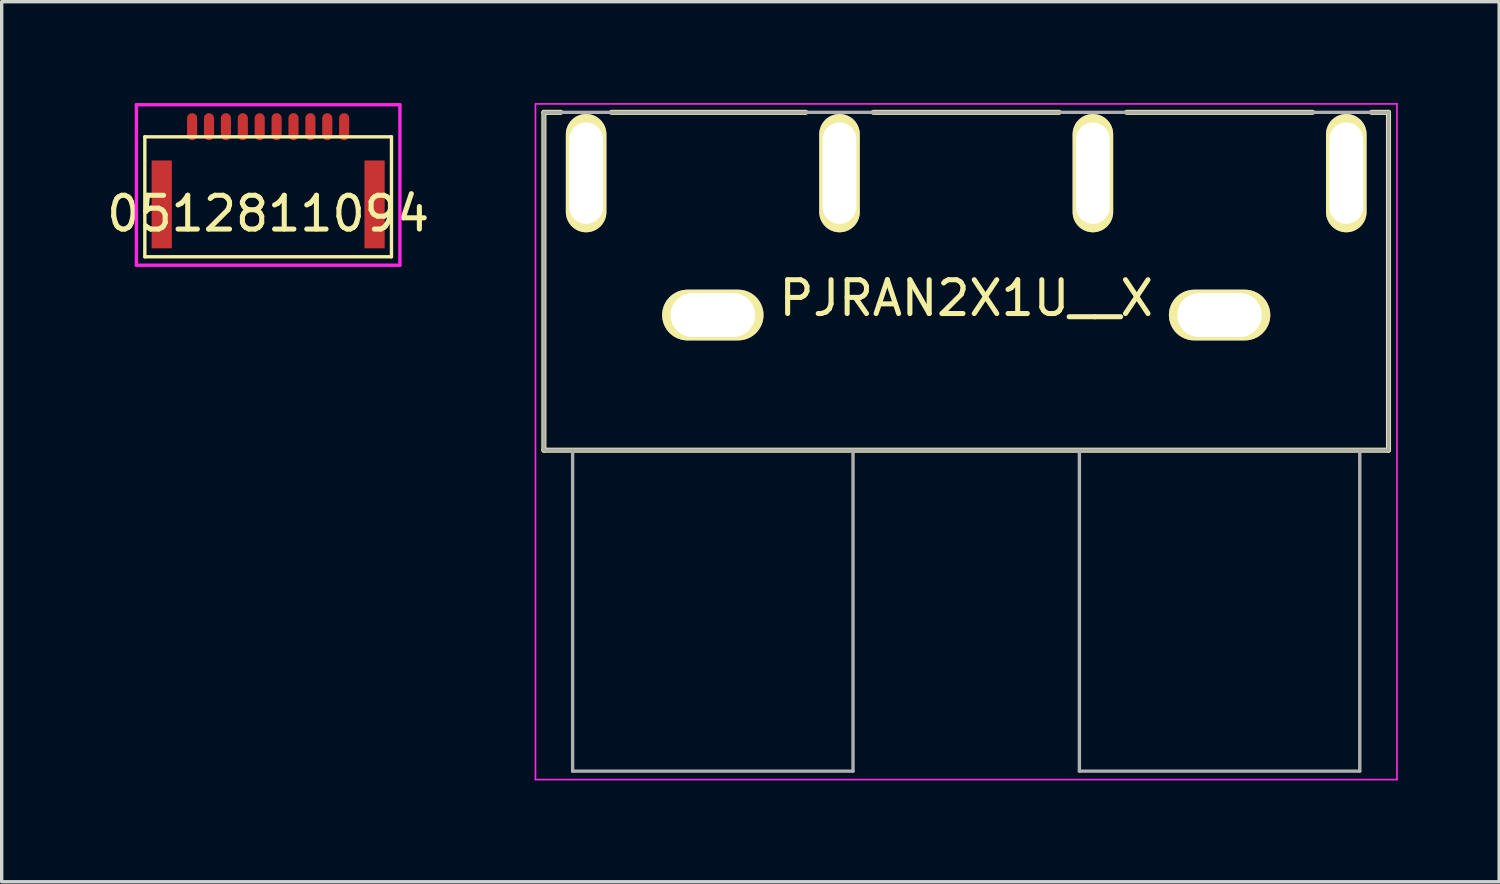
<source format=kicad_pcb>
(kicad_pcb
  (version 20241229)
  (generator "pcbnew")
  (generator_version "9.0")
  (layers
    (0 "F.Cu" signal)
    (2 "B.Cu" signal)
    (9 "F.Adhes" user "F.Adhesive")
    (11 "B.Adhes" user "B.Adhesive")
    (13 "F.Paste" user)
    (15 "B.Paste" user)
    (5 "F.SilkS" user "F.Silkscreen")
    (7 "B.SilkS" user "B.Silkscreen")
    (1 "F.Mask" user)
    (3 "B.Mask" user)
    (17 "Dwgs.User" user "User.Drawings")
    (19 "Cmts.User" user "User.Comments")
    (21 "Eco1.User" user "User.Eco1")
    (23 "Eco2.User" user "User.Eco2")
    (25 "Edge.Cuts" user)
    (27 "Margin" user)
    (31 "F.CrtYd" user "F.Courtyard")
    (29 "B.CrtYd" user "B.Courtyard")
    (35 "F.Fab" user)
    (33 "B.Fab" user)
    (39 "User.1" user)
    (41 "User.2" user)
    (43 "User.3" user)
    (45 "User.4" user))
  (footprint "0512811094"
    (layer "F.Cu")
    (at 4.887 2.775)
    (property "Reference" "0512811094" (at 0 0.5 0) (layer "F.SilkS") (effects (font (size 1 1) (thickness 0.15))))
    (attr smd)
    (fp_line (start -3.65 -1.775) (end 3.65 -1.775) (stroke (width 0.1) (type solid)) (layer "F.SilkS"))
    (fp_line (start -3.65 1.775) (end -3.65 -1.775) (stroke (width 0.1) (type solid)) (layer "F.SilkS"))
    (fp_line (start 3.65 -1.775) (end 3.65 1.775) (stroke (width 0.1) (type solid)) (layer "F.SilkS"))
    (fp_line (start 3.65 1.775) (end -3.65 1.775) (stroke (width 0.1) (type solid)) (layer "F.SilkS"))
    (fp_line (start -3.9 -2.725) (end -3.9 2.025) (stroke (width 0.1) (type solid)) (layer "F.CrtYd"))
    (fp_line (start -3.9 2.025) (end 3.9 2.025) (stroke (width 0.1) (type solid)) (layer "F.CrtYd"))
    (fp_line (start 3.9 -2.725) (end -3.9 -2.725) (stroke (width 0.1) (type solid)) (layer "F.CrtYd"))
    (fp_line (start 3.9 2.025) (end 3.9 -2.725) (stroke (width 0.1) (type solid)) (layer "F.CrtYd"))
    (pad "1" smd oval (at -2.25 -2.075) (size 0.3 0.8) (layers "F.Cu" "F.Mask" "F.Paste"))
    (pad "2" smd oval (at -1.75 -2.075) (size 0.3 0.8) (layers "F.Cu" "F.Mask" "F.Paste"))
    (pad "3" smd oval (at -1.25 -2.075) (size 0.3 0.8) (layers "F.Cu" "F.Mask" "F.Paste"))
    (pad "4" smd oval (at -0.75 -2.075) (size 0.3 0.8) (layers "F.Cu" "F.Mask" "F.Paste"))
    (pad "5" smd oval (at -0.25 -2.075) (size 0.3 0.8) (layers "F.Cu" "F.Mask" "F.Paste"))
    (pad "6" smd oval (at 0.25 -2.075) (size 0.3 0.8) (layers "F.Cu" "F.Mask" "F.Paste"))
    (pad "7" smd oval (at 0.75 -2.075) (size 0.3 0.8) (layers "F.Cu" "F.Mask" "F.Paste"))
    (pad "8" smd oval (at 1.25 -2.075) (size 0.3 0.8) (layers "F.Cu" "F.Mask" "F.Paste"))
    (pad "9" smd oval (at 1.75 -2.075) (size 0.3 0.8) (layers "F.Cu" "F.Mask" "F.Paste"))
    (pad "10" smd oval (at 2.25 -2.075) (size 0.3 0.8) (layers "F.Cu" "F.Mask" "F.Paste"))
    (pad "FG" smd rect (at -3.15 0.225) (size 0.6 2.6) (layers "F.Cu" "F.Mask" "F.Paste"))
    (pad "FG" smd rect (at 3.15 0.225) (size 0.6 2.6) (layers "F.Cu" "F.Mask" "F.Paste")))
  (footprint "PJRAN2X1U__X"
    (layer "F.Cu")
    (at 25.549 5.275)
    (property "Reference" "PJRAN2X1U__X" (at 0 0.5 0) (layer "F.SilkS") (effects (font (size 1 1) (thickness 0.15))))
    (attr through_hole)
    (fp_line (start -12.5 -5) (end -12.5 5) (stroke (width 0.15) (type solid)) (layer "F.SilkS"))
    (fp_line (start -12.5 -5) (end -12 -5) (stroke (width 0.15) (type solid)) (layer "F.SilkS"))
    (fp_line (start -12.5 5) (end 12.5 5) (stroke (width 0.15) (type solid)) (layer "F.SilkS"))
    (fp_line (start -10.5 -5) (end -4.75 -5) (stroke (width 0.15) (type solid)) (layer "F.SilkS"))
    (fp_line (start -2.75 -5) (end 2.75 -5) (stroke (width 0.15) (type solid)) (layer "F.SilkS"))
    (fp_line (start 4.75 -5) (end 10.25 -5) (stroke (width 0.15) (type solid)) (layer "F.SilkS"))
    (fp_line (start 12 -5) (end 12.5 -5) (stroke (width 0.15) (type solid)) (layer "F.SilkS"))
    (fp_line (start 12.5 5) (end 12.5 -5) (stroke (width 0.15) (type solid)) (layer "F.SilkS"))
    (fp_line (start -12.75 -5.25) (end 12.75 -5.25) (stroke (width 0.05) (type solid)) (layer "F.CrtYd"))
    (fp_line (start -12.75 14.75) (end -12.75 -5.25) (stroke (width 0.05) (type solid)) (layer "F.CrtYd"))
    (fp_line (start 12.75 -5.25) (end 12.75 14.75) (stroke (width 0.05) (type solid)) (layer "F.CrtYd"))
    (fp_line (start 12.75 14.75) (end -12.75 14.75) (stroke (width 0.05) (type solid)) (layer "F.CrtYd"))
    (fp_line (start -12.5 -5) (end -12.5 5) (stroke (width 0.1) (type solid)) (layer "F.Fab"))
    (fp_line (start -12.5 5) (end 12.5 5) (stroke (width 0.1) (type solid)) (layer "F.Fab"))
    (fp_line (start -11.65 5) (end -11.65 14.5) (stroke (width 0.1) (type solid)) (layer "F.Fab"))
    (fp_line (start -11.65 14.5) (end -3.35 14.5) (stroke (width 0.1) (type solid)) (layer "F.Fab"))
    (fp_line (start -3.35 14.5) (end -3.35 5) (stroke (width 0.1) (type solid)) (layer "F.Fab"))
    (fp_line (start 3.35 5) (end 3.35 14.5) (stroke (width 0.1) (type solid)) (layer "F.Fab"))
    (fp_line (start 3.35 14.5) (end 11.65 14.5) (stroke (width 0.1) (type solid)) (layer "F.Fab"))
    (fp_line (start 11.65 14.5) (end 11.65 5) (stroke (width 0.1) (type solid)) (layer "F.Fab"))
    (fp_line (start 12.5 -5) (end -12.5 -5) (stroke (width 0.1) (type solid)) (layer "F.Fab"))
    (fp_line (start 12.5 5) (end 12.5 -5) (stroke (width 0.1) (type solid)) (layer "F.Fab"))
    (pad "1-1" thru_hole oval (at -7.5 1) (size 3 1.5) (drill oval 2.5 1.3) (layers "*.Cu" "*.Mask" "F.SilkS"))
    (pad "1-2" thru_hole oval (at -11.25 -3.2) (size 1.2 3.5) (drill oval 1 3) (layers "*.Cu" "*.Mask" "F.SilkS"))
    (pad "1-3" thru_hole oval (at -3.75 -3.2) (size 1.2 3.5) (drill oval 1 3) (layers "*.Cu" "*.Mask" "F.SilkS"))
    (pad "2-1" thru_hole oval (at 7.5 1) (size 3 1.5) (drill oval 2.5 1.3) (layers "*.Cu" "*.Mask" "F.SilkS"))
    (pad "2-2" thru_hole oval (at 3.75 -3.2) (size 1.2 3.5) (drill oval 1 3) (layers "*.Cu" "*.Mask" "F.SilkS"))
    (pad "2-3" thru_hole oval (at 11.25 -3.2) (size 1.2 3.5) (drill oval 1 3) (layers "*.Cu" "*.Mask" "F.SilkS")))
  (gr_rect
    (start -3 -3)
    (end 41.324 23.05)
    (stroke (width 0.1) (type default))
    (fill no)
    (layer "Edge.Cuts")))
</source>
